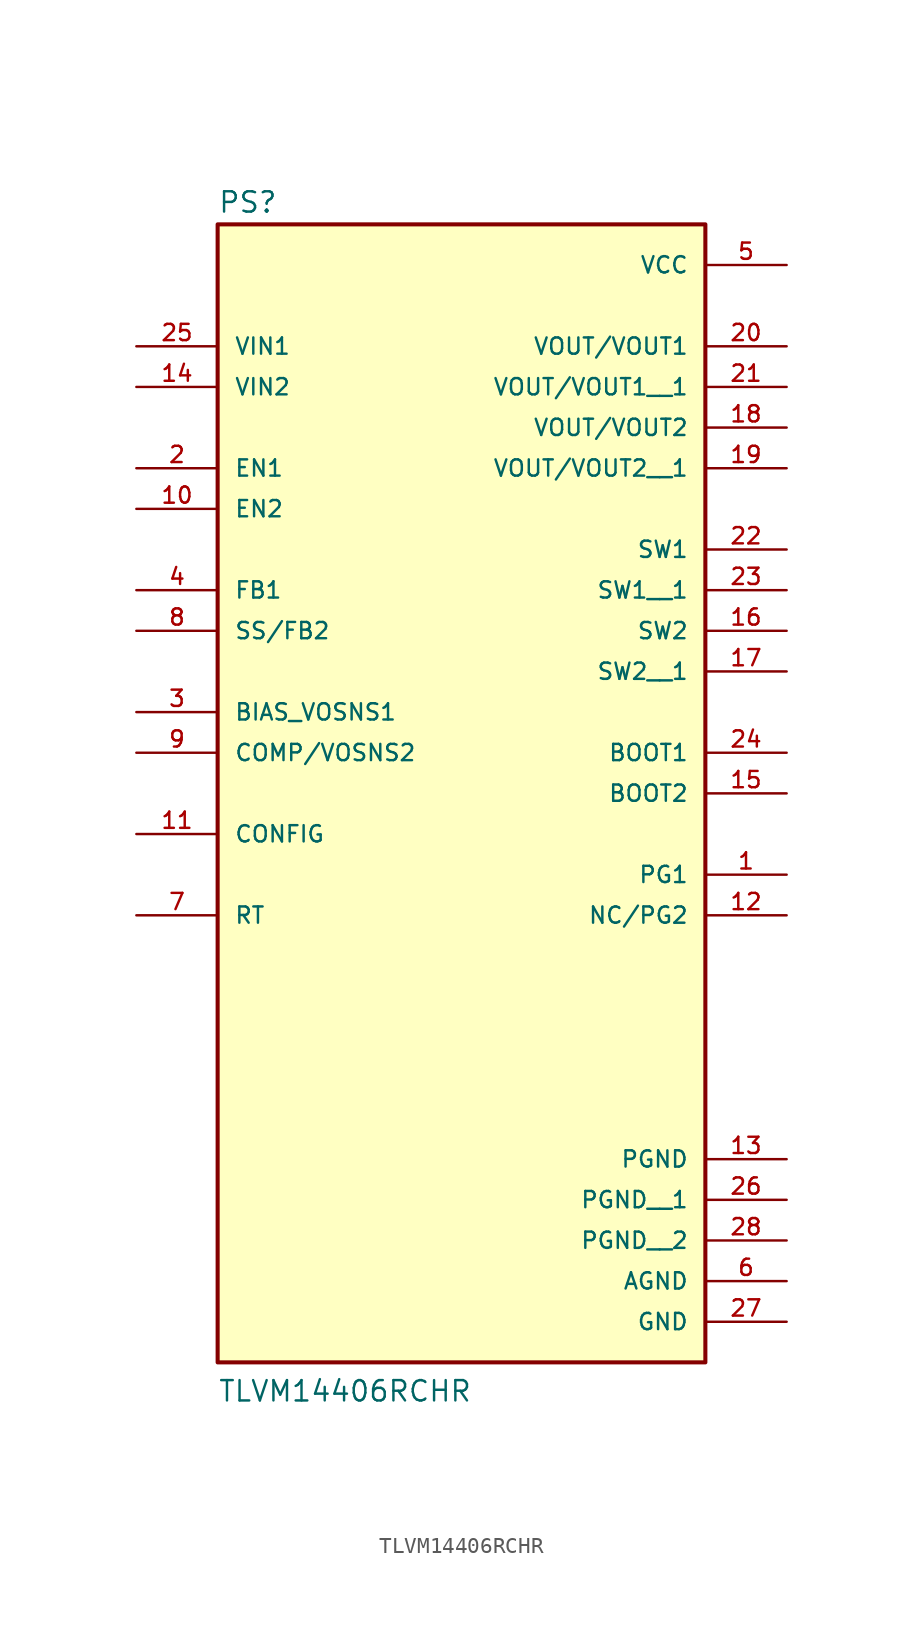
<source format=kicad_sym>
(kicad_symbol_lib
  (version 20211014)
  (generator kicad_symbol_editor)
  (symbol "TLVM14406RCHR"
    (pin_names
      (offset 1.016))
    (property "Reference" "PS"
      (at -15.24 28.575 0)
      (effects (font (size 1.27 1.27)) (justify bottom left)))
    (property "Value" "TLVM14406RCHR"
      (at -15.24 -45.72 0)
      (effects (font (size 1.27 1.27)) (justify bottom left)))
    (symbol "TLVM14406RCHR_0_0"
      (rectangle (start -15.24 -43.18) (end 15.24 27.94) (stroke (width 0.254)) (fill (type background)))
      (pin input line (at -20.32 17.78 0) (length 5.08) (name "VIN2" (effects (font (size 1.016 1.016)))) (number "14" (effects (font (size 1.016 1.016)))))
      (pin power_in line (at 20.32 25.4 180.0) (length 5.08) (name "VCC" (effects (font (size 1.016 1.016)))) (number "5" (effects (font (size 1.016 1.016)))))
      (pin bidirectional line (at 20.32 -7.62 180.0) (length 5.08) (name "BOOT2" (effects (font (size 1.016 1.016)))) (number "15" (effects (font (size 1.016 1.016)))))
      (pin bidirectional line (at 20.32 -5.08 180.0) (length 5.08) (name "BOOT1" (effects (font (size 1.016 1.016)))) (number "24" (effects (font (size 1.016 1.016)))))
      (pin passive line (at 20.32 7.62 180.0) (length 5.08) (name "SW1" (effects (font (size 1.016 1.016)))) (number "22" (effects (font (size 1.016 1.016)))))
      (pin input line (at -20.32 20.32 0) (length 5.08) (name "VIN1" (effects (font (size 1.016 1.016)))) (number "25" (effects (font (size 1.016 1.016)))))
      (pin passive line (at 20.32 2.54 180.0) (length 5.08) (name "SW2" (effects (font (size 1.016 1.016)))) (number "16" (effects (font (size 1.016 1.016)))))
      (pin input line (at -20.32 12.7 0) (length 5.08) (name "EN1" (effects (font (size 1.016 1.016)))) (number "2" (effects (font (size 1.016 1.016)))))
      (pin output line (at 20.32 -12.7 180.0) (length 5.08) (name "PG1" (effects (font (size 1.016 1.016)))) (number "1" (effects (font (size 1.016 1.016)))))
      (pin input line (at -20.32 -2.54 0) (length 5.08) (name "BIAS_VOSNS1" (effects (font (size 1.016 1.016)))) (number "3" (effects (font (size 1.016 1.016)))))
      (pin input line (at -20.32 5.08 0) (length 5.08) (name "FB1" (effects (font (size 1.016 1.016)))) (number "4" (effects (font (size 1.016 1.016)))))
      (pin input line (at -20.32 2.54 0) (length 5.08) (name "SS/FB2" (effects (font (size 1.016 1.016)))) (number "8" (effects (font (size 1.016 1.016)))))
      (pin input line (at -20.32 -5.08 0) (length 5.08) (name "COMP/VOSNS2" (effects (font (size 1.016 1.016)))) (number "9" (effects (font (size 1.016 1.016)))))
      (pin input line (at -20.32 10.16 0) (length 5.08) (name "EN2" (effects (font (size 1.016 1.016)))) (number "10" (effects (font (size 1.016 1.016)))))
      (pin input line (at -20.32 -10.16 0) (length 5.08) (name "CONFIG" (effects (font (size 1.016 1.016)))) (number "11" (effects (font (size 1.016 1.016)))))
      (pin output line (at 20.32 -15.24 180.0) (length 5.08) (name "NC/PG2" (effects (font (size 1.016 1.016)))) (number "12" (effects (font (size 1.016 1.016)))))
      (pin output line (at 20.32 15.24 180.0) (length 5.08) (name "VOUT/VOUT2" (effects (font (size 1.016 1.016)))) (number "18" (effects (font (size 1.016 1.016)))))
      (pin output line (at 20.32 20.32 180.0) (length 5.08) (name "VOUT/VOUT1" (effects (font (size 1.016 1.016)))) (number "20" (effects (font (size 1.016 1.016)))))
      (pin power_in line (at 20.32 -30.48 180.0) (length 5.08) (name "PGND" (effects (font (size 1.016 1.016)))) (number "13" (effects (font (size 1.016 1.016)))))
      (pin power_in line (at 20.32 -38.1 180.0) (length 5.08) (name "AGND" (effects (font (size 1.016 1.016)))) (number "6" (effects (font (size 1.016 1.016)))))
      (pin power_in line (at 20.32 -40.64 180.0) (length 5.08) (name "GND" (effects (font (size 1.016 1.016)))) (number "27" (effects (font (size 1.016 1.016)))))
      (pin input line (at -20.32 -15.24 0) (length 5.08) (name "RT" (effects (font (size 1.016 1.016)))) (number "7" (effects (font (size 1.016 1.016)))))
      (pin output line (at 20.32 17.78 180.0) (length 5.08) (name "VOUT/VOUT1__1" (effects (font (size 1.016 1.016)))) (number "21" (effects (font (size 1.016 1.016)))))
      (pin output line (at 20.32 12.7 180.0) (length 5.08) (name "VOUT/VOUT2__1" (effects (font (size 1.016 1.016)))) (number "19" (effects (font (size 1.016 1.016)))))
      (pin passive line (at 20.32 5.08 180.0) (length 5.08) (name "SW1__1" (effects (font (size 1.016 1.016)))) (number "23" (effects (font (size 1.016 1.016)))))
      (pin passive line (at 20.32 0.0 180.0) (length 5.08) (name "SW2__1" (effects (font (size 1.016 1.016)))) (number "17" (effects (font (size 1.016 1.016)))))
      (pin power_in line (at 20.32 -33.02 180.0) (length 5.08) (name "PGND__1" (effects (font (size 1.016 1.016)))) (number "26" (effects (font (size 1.016 1.016)))))
      (pin power_in line (at 20.32 -35.56 180.0) (length 5.08) (name "PGND__2" (effects (font (size 1.016 1.016)))) (number "28" (effects (font (size 1.016 1.016))))))))
</source>
